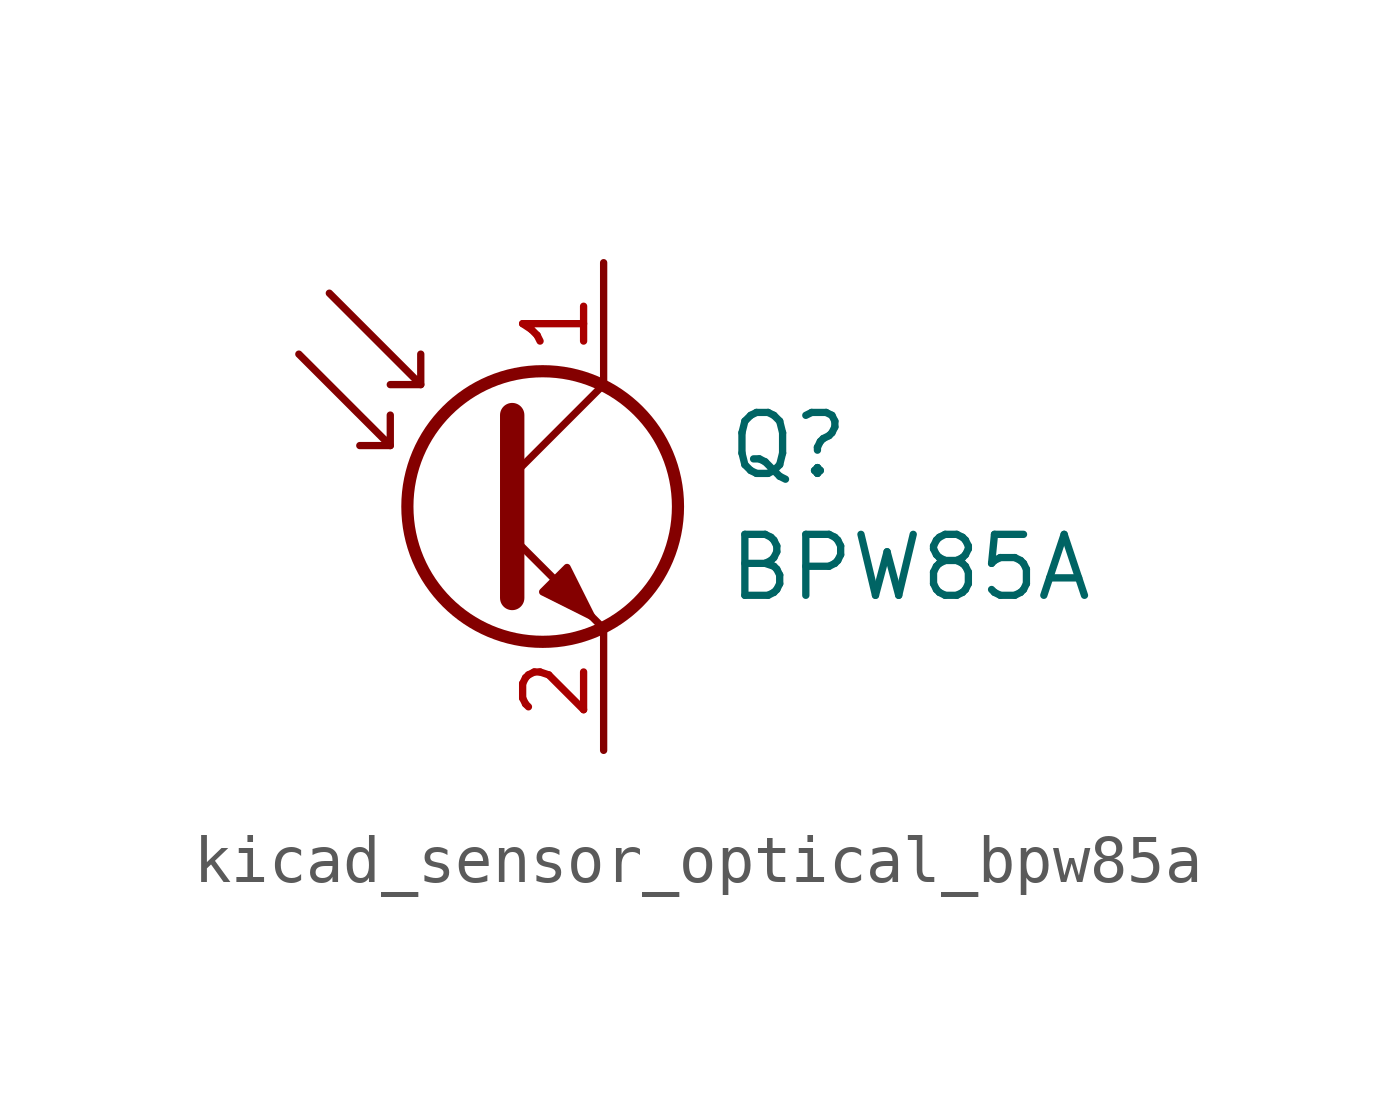
<source format=kicad_sym>
(kicad_symbol_lib
  (version 20220914)
  (generator kicad_symbol_editor)
  (symbol "kicad_sensor_optical_bpw85a"
    (pin_names
      (offset 0) hide)
    (property "Reference" "Q"
      (at 5.08 1.27 0)
      (effects (font (size 1.27 1.27)) (justify left)))
    (property "Value" "BPW85A"
      (at 5.08 -1.27 0)
      (effects (font (size 1.27 1.27)) (justify left)))
    (symbol "kicad_sensor_optical_bpw85a_0_1"
      (polyline (pts (xy -1.905 1.27) (xy -2.54 1.27)) (stroke (width 0) (type default)) (fill (type none)))
      (polyline (pts (xy -1.27 2.54) (xy -1.905 2.54)) (stroke (width 0) (type default)) (fill (type none)))
      (polyline (pts (xy 0.635 0.635) (xy 2.54 2.54)) (stroke (width 0) (type default)) (fill (type none)))
      (polyline (pts (xy -3.81 3.175) (xy -1.905 1.27) (xy -1.905 1.905)) (stroke (width 0) (type default)) (fill (type none)))
      (polyline (pts (xy -3.175 4.445) (xy -1.27 2.54) (xy -1.27 3.175)) (stroke (width 0) (type default)) (fill (type none)))
      (polyline (pts (xy 0.635 -0.635) (xy 2.54 -2.54) (xy 2.54 -2.54)) (stroke (width 0) (type default)) (fill (type none)))
      (polyline (pts (xy 0.635 1.905) (xy 0.635 -1.905) (xy 0.635 -1.905)) (stroke (width 0.508) (type default)) (fill (type none)))
      (polyline (pts (xy 1.27 -1.778) (xy 1.778 -1.27) (xy 2.286 -2.286) (xy 1.27 -1.778) (xy 1.27 -1.778)) (stroke (width 0) (type default)) (fill (type outline)))
      (circle (center 1.27 0) (radius 2.819) (stroke (width 0.254) (type default)) (fill (type none))))
    (symbol "kicad_sensor_optical_bpw85a_1_1"
      (pin passive line (at 2.54 5.08 270) (length 2.54) (name "C" (effects (font (size 1.27 1.27)))) (number "1" (effects (font (size 1.27 1.27)))))
      (pin passive line (at 2.54 -5.08 90) (length 2.54) (name "E" (effects (font (size 1.27 1.27)))) (number "2" (effects (font (size 1.27 1.27))))))))
</source>
